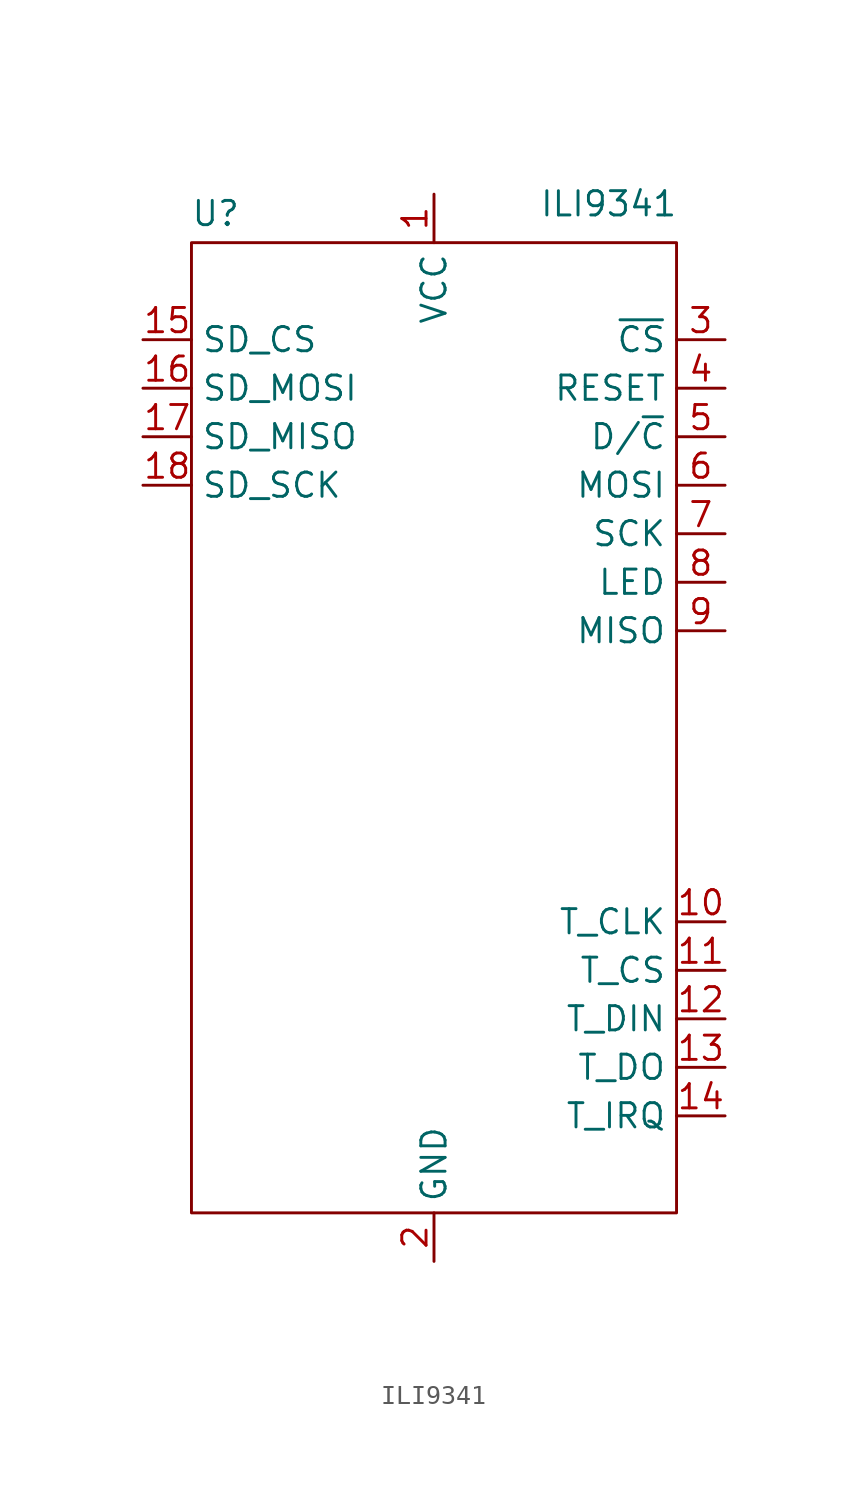
<source format=kicad_sym>
(kicad_symbol_lib
  (version 20241209)
  (generator "kicad_symbol_editor")
  (generator_version "9.0")
  (symbol "ILI9341"
    (property "Reference" "U"
      (at -11.43 26.924 0)
      (effects (font (size 1.27 1.27))))
    (property "Value" "ILI9341"
      (at 9.144 27.432 0)
      (effects (font (size 1.27 1.27))))
    (symbol "ILI9341_0_0"
      (pin bidirectional line (at -15.24 20.32 0) (length 2.54) (name "SD_CS" (effects (font (size 1.27 1.27)))) (number "15" (effects (font (size 1.27 1.27)))))
      (pin bidirectional line (at -15.24 17.78 0) (length 2.54) (name "SD_MOSI" (effects (font (size 1.27 1.27)))) (number "16" (effects (font (size 1.27 1.27)))))
      (pin bidirectional line (at -15.24 15.24 0) (length 2.54) (name "SD_MISO" (effects (font (size 1.27 1.27)))) (number "17" (effects (font (size 1.27 1.27)))))
      (pin bidirectional line (at -15.24 12.7 0) (length 2.54) (name "SD_SCK" (effects (font (size 1.27 1.27)))) (number "18" (effects (font (size 1.27 1.27)))))
      (pin power_in line (at 0 27.94 270) (length 2.54) (name "VCC" (effects (font (size 1.27 1.27)))) (number "1" (effects (font (size 1.27 1.27)))))
      (pin power_in line (at 0 -27.94 90) (length 2.54) (name "GND" (effects (font (size 1.27 1.27)))) (number "2" (effects (font (size 1.27 1.27)))))
      (pin bidirectional line (at 15.24 20.32 180) (length 2.54) (name "~{CS}" (effects (font (size 1.27 1.27)))) (number "3" (effects (font (size 1.27 1.27)))))
      (pin bidirectional line (at 15.24 17.78 180) (length 2.54) (name "RESET" (effects (font (size 1.27 1.27)))) (number "4" (effects (font (size 1.27 1.27)))))
      (pin bidirectional line (at 15.24 15.24 180) (length 2.54) (name "D/~{C}" (effects (font (size 1.27 1.27)))) (number "5" (effects (font (size 1.27 1.27)))))
      (pin bidirectional line (at 15.24 12.7 180) (length 2.54) (name "MOSI" (effects (font (size 1.27 1.27)))) (number "6" (effects (font (size 1.27 1.27)))))
      (pin bidirectional line (at 15.24 10.16 180) (length 2.54) (name "SCK" (effects (font (size 1.27 1.27)))) (number "7" (effects (font (size 1.27 1.27)))))
      (pin bidirectional line (at 15.24 7.62 180) (length 2.54) (name "LED" (effects (font (size 1.27 1.27)))) (number "8" (effects (font (size 1.27 1.27)))))
      (pin bidirectional line (at 15.24 5.08 180) (length 2.54) (name "MISO" (effects (font (size 1.27 1.27)))) (number "9" (effects (font (size 1.27 1.27)))))
      (pin bidirectional line (at 15.24 -10.16 180) (length 2.54) (name "T_CLK" (effects (font (size 1.27 1.27)))) (number "10" (effects (font (size 1.27 1.27)))))
      (pin bidirectional line (at 15.24 -12.7 180) (length 2.54) (name "T_CS" (effects (font (size 1.27 1.27)))) (number "11" (effects (font (size 1.27 1.27)))))
      (pin bidirectional line (at 15.24 -15.24 180) (length 2.54) (name "T_DIN" (effects (font (size 1.27 1.27)))) (number "12" (effects (font (size 1.27 1.27)))))
      (pin bidirectional line (at 15.24 -17.78 180) (length 2.54) (name "T_DO" (effects (font (size 1.27 1.27)))) (number "13" (effects (font (size 1.27 1.27)))))
      (pin bidirectional line (at 15.24 -20.32 180) (length 2.54) (name "T_IRQ" (effects (font (size 1.27 1.27)))) (number "14" (effects (font (size 1.27 1.27))))))
    (symbol "ILI9341_0_1"
      (rectangle (start -12.7 25.4) (end 12.7 -25.4) (stroke (width 0) (type default)) (fill (type none))))))
</source>
